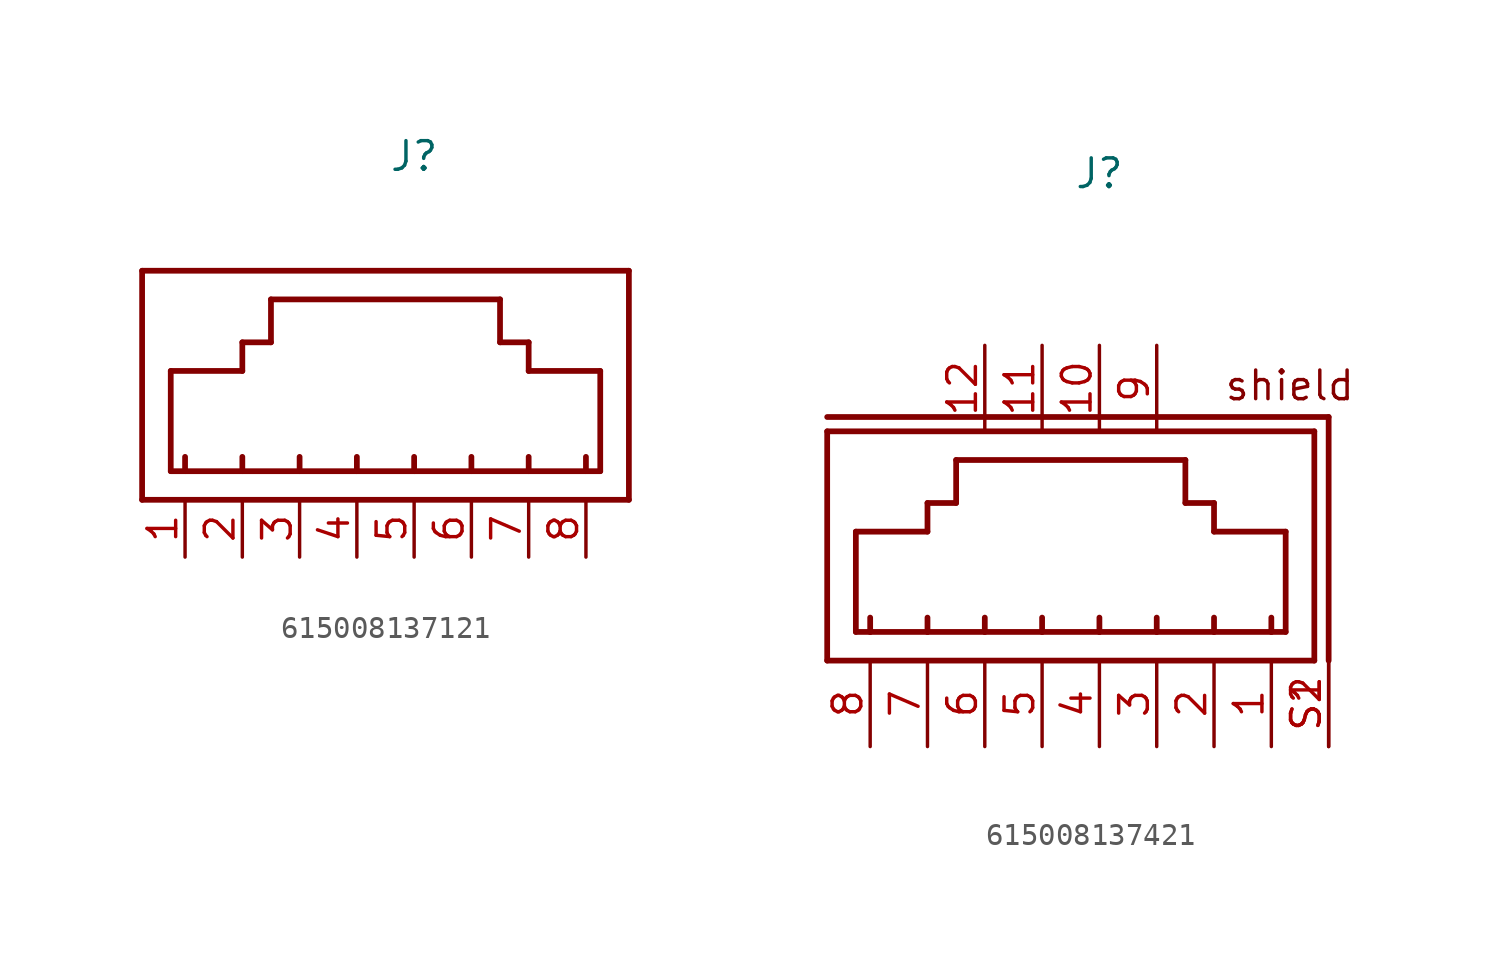
<source format=kicad_sym>
(kicad_symbol_lib
  (version 20241209)
  (generator "kicad_symbol_editor")
  (generator_version "9.0")
  (symbol "615008137121"
    (pin_names
      (hide yes))
    (property "Reference" "J"
      (at 0 10.16 0)
      (effects (font (size 1.27 1.27))))
    (symbol "615008137121_1_0"
      (polyline (pts (xy -12.065 5.08) (xy 9.525 5.08)) (stroke (width 0.254) (type solid)) (fill (type none)))
      (polyline (pts (xy -12.065 -5.08) (xy -12.065 5.08)) (stroke (width 0.254) (type solid)) (fill (type none)))
      (polyline (pts (xy -10.795 0.635) (xy -7.62 0.635)) (stroke (width 0.254) (type solid)) (fill (type none)))
      (polyline (pts (xy -10.795 -3.81) (xy -10.795 0.635)) (stroke (width 0.254) (type solid)) (fill (type none)))
      (polyline (pts (xy -10.16 -3.81) (xy -10.795 -3.81)) (stroke (width 0.254) (type solid)) (fill (type none)))
      (polyline (pts (xy -10.16 -3.81) (xy -10.16 -3.175)) (stroke (width 0.254) (type solid)) (fill (type none)))
      (polyline (pts (xy -7.62 1.905) (xy -6.35 1.905)) (stroke (width 0.254) (type solid)) (fill (type none)))
      (polyline (pts (xy -7.62 0.635) (xy -7.62 1.905)) (stroke (width 0.254) (type solid)) (fill (type none)))
      (polyline (pts (xy -7.62 -3.81) (xy -10.16 -3.81)) (stroke (width 0.254) (type solid)) (fill (type none)))
      (polyline (pts (xy -7.62 -3.81) (xy -7.62 -3.175)) (stroke (width 0.254) (type solid)) (fill (type none)))
      (polyline (pts (xy -6.35 3.81) (xy 3.81 3.81)) (stroke (width 0.254) (type solid)) (fill (type none)))
      (polyline (pts (xy -6.35 1.905) (xy -6.35 3.81)) (stroke (width 0.254) (type solid)) (fill (type none)))
      (polyline (pts (xy -5.08 -3.81) (xy -7.62 -3.81)) (stroke (width 0.254) (type solid)) (fill (type none)))
      (polyline (pts (xy -5.08 -3.81) (xy -5.08 -3.175)) (stroke (width 0.254) (type solid)) (fill (type none)))
      (polyline (pts (xy -2.54 -3.81) (xy -5.08 -3.81)) (stroke (width 0.254) (type solid)) (fill (type none)))
      (polyline (pts (xy -2.54 -3.81) (xy -2.54 -3.175)) (stroke (width 0.254) (type solid)) (fill (type none)))
      (polyline (pts (xy 0 -3.81) (xy -2.54 -3.81)) (stroke (width 0.254) (type solid)) (fill (type none)))
      (polyline (pts (xy 0 -3.81) (xy 0 -3.175)) (stroke (width 0.254) (type solid)) (fill (type none)))
      (polyline (pts (xy 2.54 -3.175) (xy 2.54 -3.81)) (stroke (width 0.254) (type solid)) (fill (type none)))
      (polyline (pts (xy 2.54 -3.81) (xy 0 -3.81)) (stroke (width 0.254) (type solid)) (fill (type none)))
      (polyline (pts (xy 3.81 1.905) (xy 3.81 3.81)) (stroke (width 0.254) (type solid)) (fill (type none)))
      (polyline (pts (xy 5.08 1.905) (xy 3.81 1.905)) (stroke (width 0.254) (type solid)) (fill (type none)))
      (polyline (pts (xy 5.08 0.635) (xy 5.08 1.905)) (stroke (width 0.254) (type solid)) (fill (type none)))
      (polyline (pts (xy 5.08 -3.175) (xy 5.08 -3.81)) (stroke (width 0.254) (type solid)) (fill (type none)))
      (polyline (pts (xy 5.08 -3.81) (xy 2.54 -3.81)) (stroke (width 0.254) (type solid)) (fill (type none)))
      (polyline (pts (xy 7.62 -3.175) (xy 7.62 -3.81)) (stroke (width 0.254) (type solid)) (fill (type none)))
      (polyline (pts (xy 7.62 -3.81) (xy 5.08 -3.81)) (stroke (width 0.254) (type solid)) (fill (type none)))
      (polyline (pts (xy 8.255 0.635) (xy 5.08 0.635)) (stroke (width 0.254) (type solid)) (fill (type none)))
      (polyline (pts (xy 8.255 0.635) (xy 8.255 -3.81)) (stroke (width 0.254) (type solid)) (fill (type none)))
      (polyline (pts (xy 8.255 -3.81) (xy 7.62 -3.81)) (stroke (width 0.254) (type solid)) (fill (type none)))
      (polyline (pts (xy 9.525 5.08) (xy 9.525 -5.08)) (stroke (width 0.254) (type solid)) (fill (type none)))
      (polyline (pts (xy 9.525 -5.08) (xy -12.065 -5.08)) (stroke (width 0.254) (type solid)) (fill (type none)))
      (pin passive line (at -10.16 -7.62 90) (length 2.54) (name "1" (effects (font (size 1.27 1.27)))) (number "1" (effects (font (size 1.27 1.27)))))
      (pin passive line (at -7.62 -7.62 90) (length 2.54) (name "2" (effects (font (size 1.27 1.27)))) (number "2" (effects (font (size 1.27 1.27)))))
      (pin passive line (at -5.08 -7.62 90) (length 2.54) (name "3" (effects (font (size 1.27 1.27)))) (number "3" (effects (font (size 1.27 1.27)))))
      (pin passive line (at -2.54 -7.62 90) (length 2.54) (name "4" (effects (font (size 1.27 1.27)))) (number "4" (effects (font (size 1.27 1.27)))))
      (pin passive line (at 0 -7.62 90) (length 2.54) (name "5" (effects (font (size 1.27 1.27)))) (number "5" (effects (font (size 1.27 1.27)))))
      (pin passive line (at 2.54 -7.62 90) (length 2.54) (name "6" (effects (font (size 1.27 1.27)))) (number "6" (effects (font (size 1.27 1.27)))))
      (pin passive line (at 5.08 -7.62 90) (length 2.54) (name "7" (effects (font (size 1.27 1.27)))) (number "7" (effects (font (size 1.27 1.27)))))
      (pin passive line (at 7.62 -7.62 90) (length 2.54) (name "8" (effects (font (size 1.27 1.27)))) (number "8" (effects (font (size 1.27 1.27)))))))
  (symbol "615008137421"
    (pin_names
      (hide yes))
    (property "Reference" "J"
      (at 0 16.51 0)
      (effects (font (size 1.27 1.27))))
    (symbol "615008137421_1_0"
      (polyline (pts (xy -12.065 5.715) (xy 10.16 5.715)) (stroke (width 0.254) (type solid)) (fill (type none)))
      (polyline (pts (xy -12.065 5.08) (xy 9.525 5.08)) (stroke (width 0.254) (type solid)) (fill (type none)))
      (polyline (pts (xy -12.065 -5.08) (xy -12.065 5.08)) (stroke (width 0.254) (type solid)) (fill (type none)))
      (polyline (pts (xy -10.795 0.635) (xy -7.62 0.635)) (stroke (width 0.254) (type solid)) (fill (type none)))
      (polyline (pts (xy -10.795 -3.81) (xy -10.795 0.635)) (stroke (width 0.254) (type solid)) (fill (type none)))
      (polyline (pts (xy -10.16 -3.81) (xy -10.795 -3.81)) (stroke (width 0.254) (type solid)) (fill (type none)))
      (polyline (pts (xy -10.16 -3.81) (xy -10.16 -3.175)) (stroke (width 0.254) (type solid)) (fill (type none)))
      (polyline (pts (xy -7.62 1.905) (xy -6.35 1.905)) (stroke (width 0.254) (type solid)) (fill (type none)))
      (polyline (pts (xy -7.62 0.635) (xy -7.62 1.905)) (stroke (width 0.254) (type solid)) (fill (type none)))
      (polyline (pts (xy -7.62 -3.81) (xy -10.16 -3.81)) (stroke (width 0.254) (type solid)) (fill (type none)))
      (polyline (pts (xy -7.62 -3.81) (xy -7.62 -3.175)) (stroke (width 0.254) (type solid)) (fill (type none)))
      (polyline (pts (xy -6.35 3.81) (xy 3.81 3.81)) (stroke (width 0.254) (type solid)) (fill (type none)))
      (polyline (pts (xy -6.35 1.905) (xy -6.35 3.81)) (stroke (width 0.254) (type solid)) (fill (type none)))
      (polyline (pts (xy -5.08 -3.81) (xy -7.62 -3.81)) (stroke (width 0.254) (type solid)) (fill (type none)))
      (polyline (pts (xy -5.08 -3.81) (xy -5.08 -3.175)) (stroke (width 0.254) (type solid)) (fill (type none)))
      (polyline (pts (xy -2.54 -3.81) (xy -5.08 -3.81)) (stroke (width 0.254) (type solid)) (fill (type none)))
      (polyline (pts (xy -2.54 -3.81) (xy -2.54 -3.175)) (stroke (width 0.254) (type solid)) (fill (type none)))
      (polyline (pts (xy 0 -3.81) (xy -2.54 -3.81)) (stroke (width 0.254) (type solid)) (fill (type none)))
      (polyline (pts (xy 0 -3.81) (xy 0 -3.175)) (stroke (width 0.254) (type solid)) (fill (type none)))
      (polyline (pts (xy 2.54 -3.81) (xy 0 -3.81)) (stroke (width 0.254) (type solid)) (fill (type none)))
      (polyline (pts (xy 2.54 -3.81) (xy 2.54 -3.175)) (stroke (width 0.254) (type solid)) (fill (type none)))
      (polyline (pts (xy 3.81 1.905) (xy 3.81 3.81)) (stroke (width 0.254) (type solid)) (fill (type none)))
      (polyline (pts (xy 5.08 1.905) (xy 3.81 1.905)) (stroke (width 0.254) (type solid)) (fill (type none)))
      (polyline (pts (xy 5.08 0.635) (xy 5.08 1.905)) (stroke (width 0.254) (type solid)) (fill (type none)))
      (polyline (pts (xy 5.08 -3.81) (xy 2.54 -3.81)) (stroke (width 0.254) (type solid)) (fill (type none)))
      (polyline (pts (xy 5.08 -3.81) (xy 5.08 -3.175)) (stroke (width 0.254) (type solid)) (fill (type none)))
      (polyline (pts (xy 7.62 -3.81) (xy 5.08 -3.81)) (stroke (width 0.254) (type solid)) (fill (type none)))
      (polyline (pts (xy 7.62 -3.81) (xy 7.62 -3.175)) (stroke (width 0.254) (type solid)) (fill (type none)))
      (polyline (pts (xy 8.255 0.635) (xy 5.08 0.635)) (stroke (width 0.254) (type solid)) (fill (type none)))
      (polyline (pts (xy 8.255 0.635) (xy 8.255 -3.81)) (stroke (width 0.254) (type solid)) (fill (type none)))
      (polyline (pts (xy 8.255 -3.81) (xy 7.62 -3.81)) (stroke (width 0.254) (type solid)) (fill (type none)))
      (polyline (pts (xy 9.525 5.08) (xy 9.525 -5.08)) (stroke (width 0.254) (type solid)) (fill (type none)))
      (polyline (pts (xy 9.525 -5.08) (xy -12.065 -5.08)) (stroke (width 0.254) (type solid)) (fill (type none)))
      (polyline (pts (xy 10.16 5.715) (xy 10.16 -5.08)) (stroke (width 0.254) (type solid)) (fill (type none)))
      (text "shield" (at 5.495 6.365 0) (effects (font (size 1.27 1.27)) (justify left bottom)))
      (pin passive line (at -10.16 -8.89 90) (length 3.81) (name "8" (effects (font (size 1.27 1.27)))) (number "8" (effects (font (size 1.27 1.27)))))
      (pin passive line (at -7.62 -8.89 90) (length 3.81) (name "7" (effects (font (size 1.27 1.27)))) (number "7" (effects (font (size 1.27 1.27)))))
      (pin passive line (at -5.08 8.89 270) (length 3.81) (name "Y+" (effects (font (size 1.27 1.27)))) (number "12" (effects (font (size 1.27 1.27)))))
      (pin passive line (at -5.08 -8.89 90) (length 3.81) (name "6" (effects (font (size 1.27 1.27)))) (number "6" (effects (font (size 1.27 1.27)))))
      (pin passive line (at -2.54 8.89 270) (length 3.81) (name "Y-" (effects (font (size 1.27 1.27)))) (number "11" (effects (font (size 1.27 1.27)))))
      (pin passive line (at -2.54 -8.89 90) (length 3.81) (name "5" (effects (font (size 1.27 1.27)))) (number "5" (effects (font (size 1.27 1.27)))))
      (pin passive line (at 0 8.89 270) (length 3.81) (name "G+" (effects (font (size 1.27 1.27)))) (number "10" (effects (font (size 1.27 1.27)))))
      (pin passive line (at 0 -8.89 90) (length 3.81) (name "4" (effects (font (size 1.27 1.27)))) (number "4" (effects (font (size 1.27 1.27)))))
      (pin passive line (at 2.54 8.89 270) (length 3.81) (name "G-" (effects (font (size 1.27 1.27)))) (number "9" (effects (font (size 1.27 1.27)))))
      (pin passive line (at 2.54 -8.89 90) (length 3.81) (name "3" (effects (font (size 1.27 1.27)))) (number "3" (effects (font (size 1.27 1.27)))))
      (pin passive line (at 5.08 -8.89 90) (length 3.81) (name "2" (effects (font (size 1.27 1.27)))) (number "2" (effects (font (size 1.27 1.27)))))
      (pin passive line (at 7.62 -8.89 90) (length 3.81) (name "1" (effects (font (size 1.27 1.27)))) (number "1" (effects (font (size 1.27 1.27)))))
      (pin passive line (at 10.16 -8.89 90) (length 3.81) (name "SHIELD" (effects (font (size 1.27 1.27)))) (number "S1" (effects (font (size 1.27 1.27)))))
      (pin passive line (at 10.16 -8.89 90) (length 3.81) (name "SHIELD" (effects (font (size 1.27 1.27)))) (number "S2" (effects (font (size 1.27 1.27))))))))
</source>
